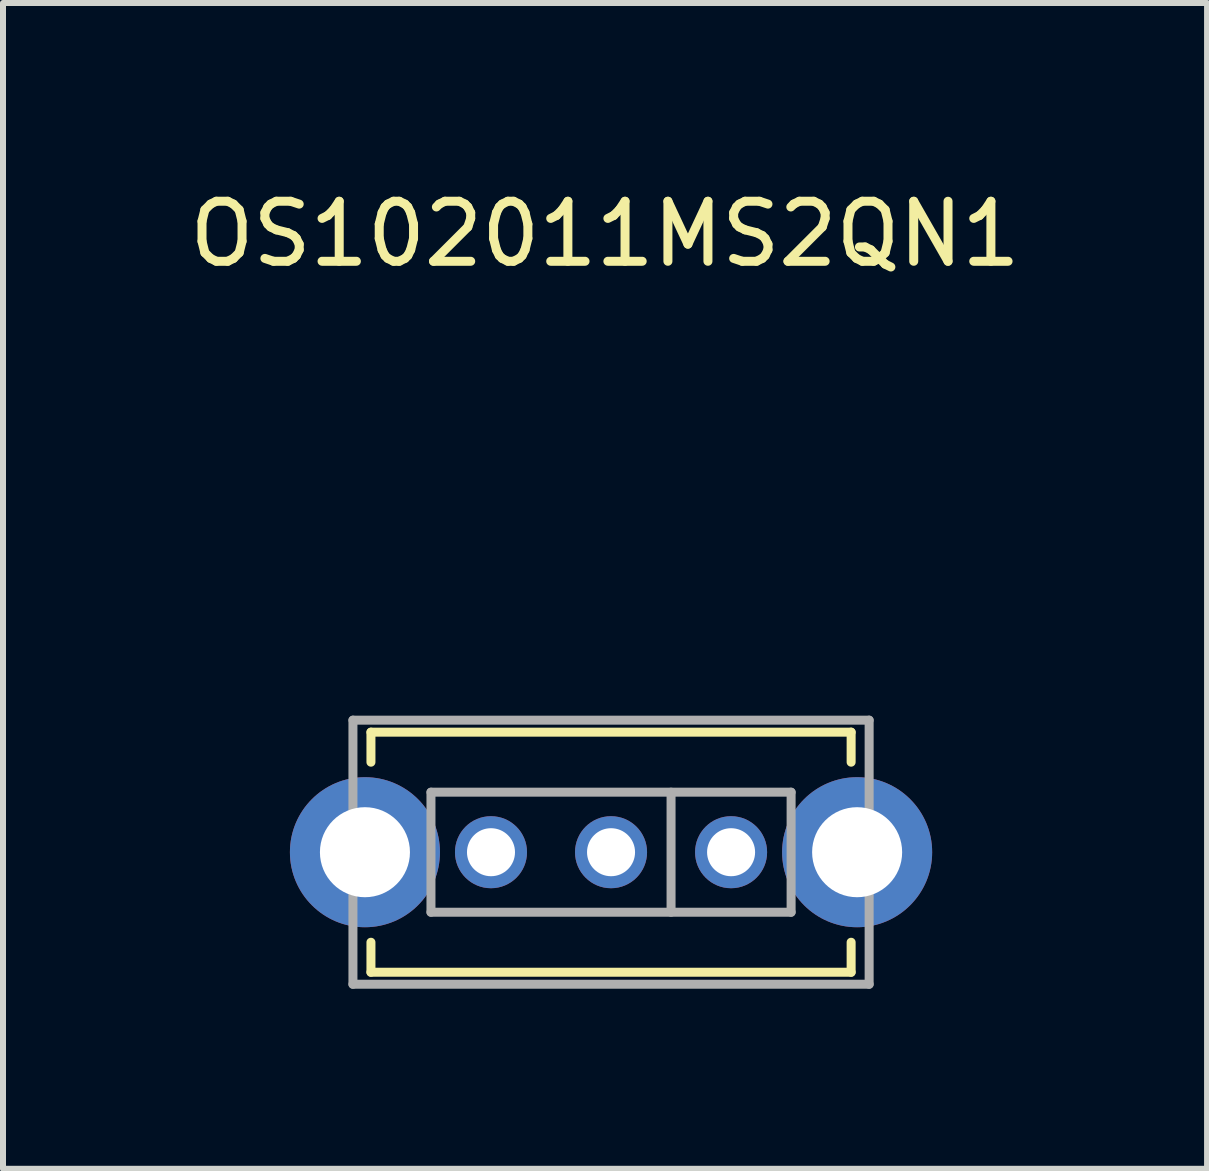
<source format=kicad_pcb>
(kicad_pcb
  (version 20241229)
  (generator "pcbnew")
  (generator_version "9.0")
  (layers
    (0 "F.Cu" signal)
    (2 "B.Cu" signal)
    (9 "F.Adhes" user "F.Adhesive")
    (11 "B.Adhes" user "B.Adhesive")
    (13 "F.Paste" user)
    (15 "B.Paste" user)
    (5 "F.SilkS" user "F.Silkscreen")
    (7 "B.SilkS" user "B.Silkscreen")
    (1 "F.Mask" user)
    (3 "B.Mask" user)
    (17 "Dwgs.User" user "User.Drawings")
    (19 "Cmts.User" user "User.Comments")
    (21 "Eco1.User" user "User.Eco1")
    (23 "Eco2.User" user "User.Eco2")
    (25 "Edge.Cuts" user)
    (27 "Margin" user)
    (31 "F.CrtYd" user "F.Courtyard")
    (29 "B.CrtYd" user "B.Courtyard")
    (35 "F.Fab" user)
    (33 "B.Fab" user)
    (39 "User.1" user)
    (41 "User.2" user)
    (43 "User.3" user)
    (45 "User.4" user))
  (footprint "OS102011MS2QN1"
    (layer "F.Cu")
    (at 7.13 11.148)
    (property "Reference" "OS102011MS2QN1" (at -0.1 -10.3 0) (layer "F.SilkS") (effects (font (size 1 1) (thickness 0.15))))
    (attr through_hole)
    (fp_line (start -4 -2) (end -4 -1.5) (stroke (width 0.15) (type solid)) (layer "F.SilkS"))
    (fp_line (start -4 -2) (end 4 -2) (stroke (width 0.15) (type solid)) (layer "F.SilkS"))
    (fp_line (start -4 2) (end -4 1.5) (stroke (width 0.15) (type solid)) (layer "F.SilkS"))
    (fp_line (start 4 -2) (end 4 -1.5) (stroke (width 0.15) (type solid)) (layer "F.SilkS"))
    (fp_line (start 4 2) (end -4 2) (stroke (width 0.15) (type solid)) (layer "F.SilkS"))
    (fp_line (start 4 2) (end 4 1.5) (stroke (width 0.15) (type solid)) (layer "F.SilkS"))
    (fp_line (start -4.3 -2.2) (end -4.3 2.2) (stroke (width 0.15) (type solid)) (layer "F.Fab"))
    (fp_line (start -4.3 2.2) (end 4.3 2.2) (stroke (width 0.15) (type solid)) (layer "F.Fab"))
    (fp_line (start -3 -1) (end -3 1) (stroke (width 0.15) (type solid)) (layer "F.Fab"))
    (fp_line (start -3 1) (end 3 1) (stroke (width 0.15) (type solid)) (layer "F.Fab"))
    (fp_line (start 1 -1) (end 1 1) (stroke (width 0.15) (type solid)) (layer "F.Fab"))
    (fp_line (start 3 -1) (end -3 -1) (stroke (width 0.15) (type solid)) (layer "F.Fab"))
    (fp_line (start 3 1) (end 3 -1) (stroke (width 0.15) (type solid)) (layer "F.Fab"))
    (fp_line (start 4.3 -2.2) (end -4.3 -2.2) (stroke (width 0.15) (type solid)) (layer "F.Fab"))
    (fp_line (start 4.3 -2.2) (end 4.3 2.2) (stroke (width 0.15) (type solid)) (layer "F.Fab"))
    (pad "" thru_hole circle (at -4.1 0) (size 2.5 2.5) (drill 1.5) (layers "*.Cu" "*.Mask"))
    (pad "" thru_hole circle (at 4.1 0 90) (size 2.5 2.5) (drill 1.5) (layers "*.Cu" "*.Mask"))
    (pad "1" thru_hole circle (at -2 0 90) (size 1.2 1.2) (drill 0.8) (layers "*.Cu" "*.Mask"))
    (pad "2" thru_hole circle (at 0 0 90) (size 1.2 1.2) (drill 0.8) (layers "*.Cu" "*.Mask"))
    (pad "3" thru_hole circle (at 2 0 90) (size 1.2 1.2) (drill 0.8) (layers "*.Cu" "*.Mask")))
  (gr_rect
    (start -3 -3)
    (end 17.06 16.423)
    (stroke (width 0.1) (type default))
    (fill no)
    (layer "Edge.Cuts")))
</source>
